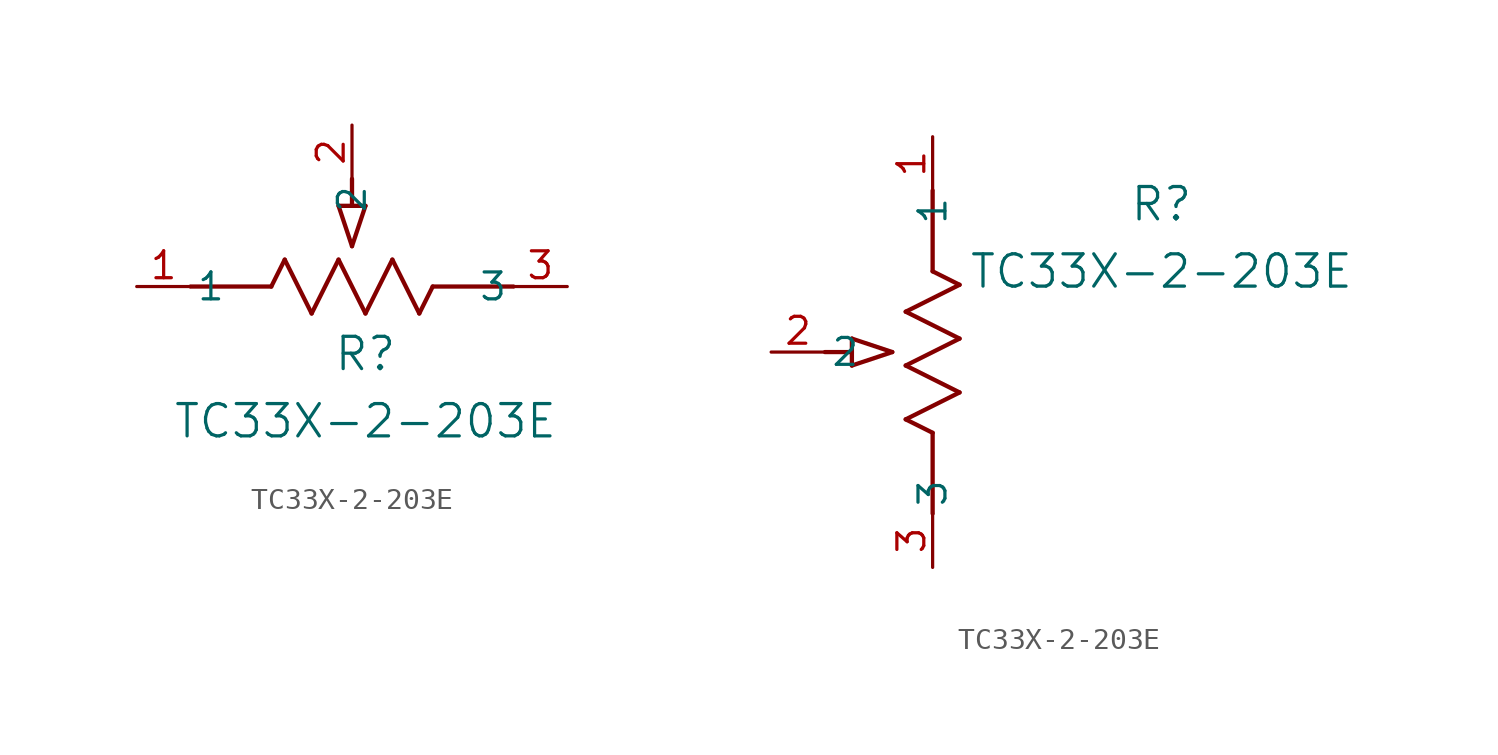
<source format=kicad_sym>
(kicad_symbol_lib
  (version 20211014)
  (generator kicad_symbol_editor)
  (symbol "TC33X-2-203E"
    (pin_names
      (offset 0.254))
    (property "Reference" "R"
      (at 10.795 -3.175 0)
      (effects (font (size 1.524 1.524))))
    (property "Value" "TC33X-2-203E"
      (at 10.795 -6.35 0)
      (effects (font (size 1.524 1.524))))
    (symbol "TC33X-2-203E_1_1"
      (polyline (pts (xy 9.525 3.81) (xy 10.16 1.905)) (stroke (width 0.203) (type default) (color 0 0 0 0)) (fill (type none)))
      (polyline (pts (xy 10.795 3.81) (xy 10.16 1.905)) (stroke (width 0.203) (type default) (color 0 0 0 0)) (fill (type none)))
      (polyline (pts (xy 9.525 3.81) (xy 10.795 3.81)) (stroke (width 0.203) (type default) (color 0 0 0 0)) (fill (type none)))
      (polyline (pts (xy 10.16 3.81) (xy 10.16 5.08)) (stroke (width 0.203) (type default) (color 0 0 0 0)) (fill (type none)))
      (polyline (pts (xy 6.35 0) (xy 6.985 1.27)) (stroke (width 0.203) (type default) (color 0 0 0 0)) (fill (type none)))
      (polyline (pts (xy 9.525 1.27) (xy 10.795 -1.27)) (stroke (width 0.203) (type default) (color 0 0 0 0)) (fill (type none)))
      (polyline (pts (xy 10.795 -1.27) (xy 12.065 1.27)) (stroke (width 0.203) (type default) (color 0 0 0 0)) (fill (type none)))
      (polyline (pts (xy 8.255 -1.27) (xy 9.525 1.27)) (stroke (width 0.203) (type default) (color 0 0 0 0)) (fill (type none)))
      (polyline (pts (xy 6.985 1.27) (xy 8.255 -1.27)) (stroke (width 0.203) (type default) (color 0 0 0 0)) (fill (type none)))
      (polyline (pts (xy 13.335 -1.27) (xy 13.97 0)) (stroke (width 0.203) (type default) (color 0 0 0 0)) (fill (type none)))
      (polyline (pts (xy 13.97 0) (xy 17.78 0)) (stroke (width 0.203) (type default) (color 0 0 0 0)) (fill (type none)))
      (polyline (pts (xy 2.54 0) (xy 6.35 0)) (stroke (width 0.203) (type default) (color 0 0 0 0)) (fill (type none)))
      (polyline (pts (xy 12.065 1.27) (xy 13.335 -1.27)) (stroke (width 0.203) (type default) (color 0 0 0 0)) (fill (type none)))
      (pin unspecified line (at 0 0 0) (length 2.54) (name "1" (effects (font (size 1.27 1.27)))) (number "1" (effects (font (size 1.27 1.27)))))
      (pin unspecified line (at 10.16 7.62 270) (length 2.54) (name "2" (effects (font (size 1.27 1.27)))) (number "2" (effects (font (size 1.27 1.27)))))
      (pin unspecified line (at 20.32 0 180) (length 2.54) (name "3" (effects (font (size 1.27 1.27)))) (number "3" (effects (font (size 1.27 1.27))))))
    (symbol "TC33X-2-203E_1_2"
      (polyline (pts (xy 0 -13.97) (xy -1.27 -13.335)) (stroke (width 0.203) (type default) (color 0 0 0 0)) (fill (type none)))
      (polyline (pts (xy 0 -17.78) (xy 0 -13.97)) (stroke (width 0.203) (type default) (color 0 0 0 0)) (fill (type none)))
      (polyline (pts (xy -3.81 -10.795) (xy -1.905 -10.16)) (stroke (width 0.203) (type default) (color 0 0 0 0)) (fill (type none)))
      (polyline (pts (xy -3.81 -9.525) (xy -1.905 -10.16)) (stroke (width 0.203) (type default) (color 0 0 0 0)) (fill (type none)))
      (polyline (pts (xy -3.81 -10.795) (xy -3.81 -9.525)) (stroke (width 0.203) (type default) (color 0 0 0 0)) (fill (type none)))
      (polyline (pts (xy 1.27 -12.065) (xy -1.27 -10.795)) (stroke (width 0.203) (type default) (color 0 0 0 0)) (fill (type none)))
      (polyline (pts (xy -1.27 -10.795) (xy 1.27 -9.525)) (stroke (width 0.203) (type default) (color 0 0 0 0)) (fill (type none)))
      (polyline (pts (xy 1.27 -9.525) (xy -1.27 -8.255)) (stroke (width 0.203) (type default) (color 0 0 0 0)) (fill (type none)))
      (polyline (pts (xy -1.27 -8.255) (xy 1.27 -6.985)) (stroke (width 0.203) (type default) (color 0 0 0 0)) (fill (type none)))
      (polyline (pts (xy 1.27 -6.985) (xy 0 -6.35)) (stroke (width 0.203) (type default) (color 0 0 0 0)) (fill (type none)))
      (polyline (pts (xy -1.27 -13.335) (xy 1.27 -12.065)) (stroke (width 0.203) (type default) (color 0 0 0 0)) (fill (type none)))
      (polyline (pts (xy 0 -6.35) (xy 0 -2.54)) (stroke (width 0.203) (type default) (color 0 0 0 0)) (fill (type none)))
      (polyline (pts (xy -3.81 -10.16) (xy -5.08 -10.16)) (stroke (width 0.203) (type default) (color 0 0 0 0)) (fill (type none)))
      (pin unspecified line (at 0 0 270) (length 2.54) (name "1" (effects (font (size 1.27 1.27)))) (number "1" (effects (font (size 1.27 1.27)))))
      (pin unspecified line (at -7.62 -10.16 0) (length 2.54) (name "2" (effects (font (size 1.27 1.27)))) (number "2" (effects (font (size 1.27 1.27)))))
      (pin unspecified line (at 0 -20.32 90) (length 2.54) (name "3" (effects (font (size 1.27 1.27)))) (number "3" (effects (font (size 1.27 1.27))))))))
</source>
